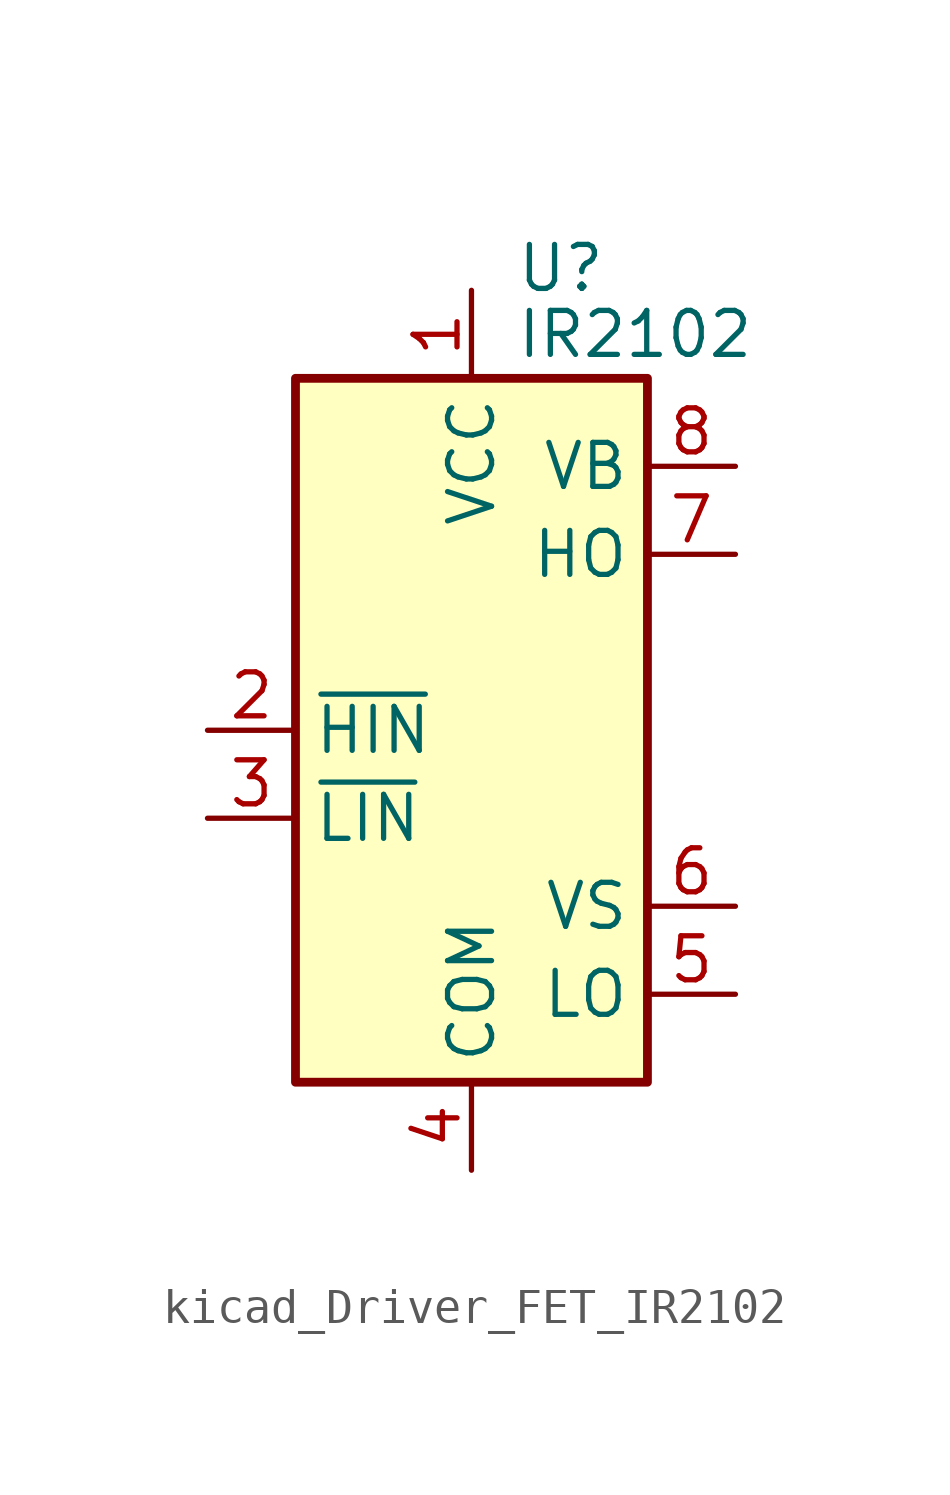
<source format=kicad_sym>
(kicad_symbol_lib
  (version 20220914)
  (generator kicad_symbol_editor)
  (symbol "kicad_Driver_FET_IR2102"
    (property "Reference" "U"
      (at 1.27 13.335 0)
      (effects (font (size 1.27 1.27)) (justify left)))
    (property "Value" "IR2102"
      (at 1.27 11.43 0)
      (effects (font (size 1.27 1.27)) (justify left)))
    (symbol "kicad_Driver_FET_IR2102_0_1"
      (rectangle (start -5.08 -10.16) (end 5.08 10.16) (stroke (width 0.254) (type default)) (fill (type background))))
    (symbol "kicad_Driver_FET_IR2102_1_1"
      (pin power_in line (at 0 12.7 270) (length 2.54) (name "VCC" (effects (font (size 1.27 1.27)))) (number "1" (effects (font (size 1.27 1.27)))))
      (pin input line (at -7.62 0 0) (length 2.54) (name "~{HIN}" (effects (font (size 1.27 1.27)))) (number "2" (effects (font (size 1.27 1.27)))))
      (pin input line (at -7.62 -2.54 0) (length 2.54) (name "~{LIN}" (effects (font (size 1.27 1.27)))) (number "3" (effects (font (size 1.27 1.27)))))
      (pin power_in line (at 0 -12.7 90) (length 2.54) (name "COM" (effects (font (size 1.27 1.27)))) (number "4" (effects (font (size 1.27 1.27)))))
      (pin output line (at 7.62 -7.62 180) (length 2.54) (name "LO" (effects (font (size 1.27 1.27)))) (number "5" (effects (font (size 1.27 1.27)))))
      (pin passive line (at 7.62 -5.08 180) (length 2.54) (name "VS" (effects (font (size 1.27 1.27)))) (number "6" (effects (font (size 1.27 1.27)))))
      (pin output line (at 7.62 5.08 180) (length 2.54) (name "HO" (effects (font (size 1.27 1.27)))) (number "7" (effects (font (size 1.27 1.27)))))
      (pin passive line (at 7.62 7.62 180) (length 2.54) (name "VB" (effects (font (size 1.27 1.27)))) (number "8" (effects (font (size 1.27 1.27))))))))
</source>
